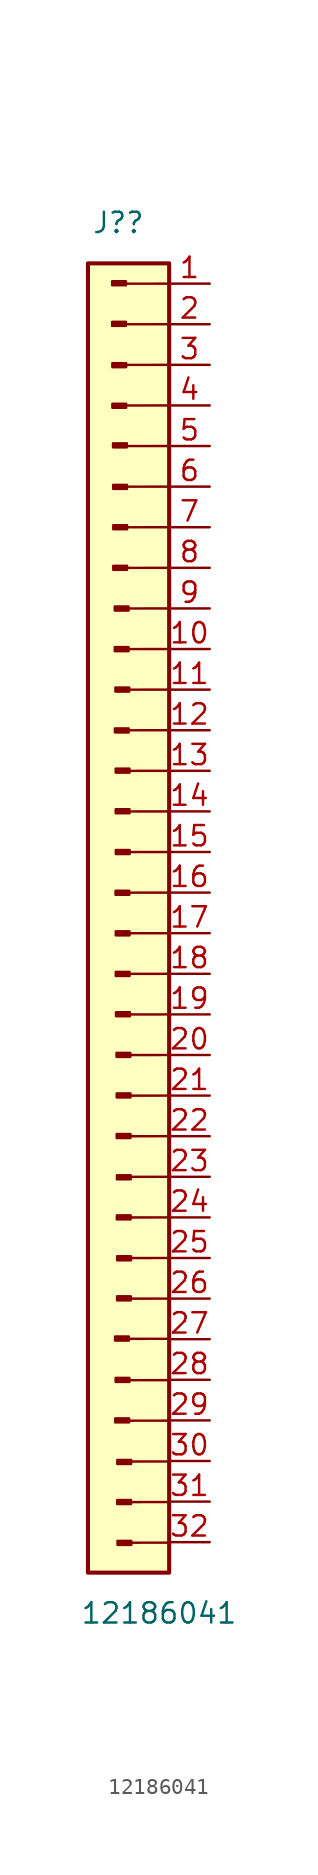
<source format=kicad_sym>
(kicad_symbol_lib
  (version 20220914)
  (generator kicad_symbol_editor)
  (symbol "12186041"
    (property "Reference" "J?"
      (at -3.175 3.81 0)
      (effects (font (size 1.27 1.27))))
    (property "Value" "12186041"
      (at -0.635 -83.185 0)
      (effects (font (size 1.27 1.27))))
    (symbol "12186041_0_1"
      (rectangle (start -5.08 1.27) (end 0 -80.645) (stroke (width 0.254) (type default)) (fill (type background)))
      (polyline (pts (xy -0.124 -66.015) (xy -2.764 -66.018)) (stroke (width 0) (type default)) (fill (type none)))
      (polyline (pts (xy -0.112 -71.136) (xy -2.752 -71.139)) (stroke (width 0) (type default)) (fill (type none)))
      (polyline (pts (xy -0.088 -68.603) (xy -2.728 -68.606)) (stroke (width 0) (type default)) (fill (type none)))
      (polyline (pts (xy 0 -63.5) (xy -2.64 -63.503)) (stroke (width 0) (type default)) (fill (type none)))
      (polyline (pts (xy 0 -60.96) (xy -2.64 -60.963)) (stroke (width 0) (type default)) (fill (type none)))
      (polyline (pts (xy 0 -58.42) (xy -2.64 -58.423)) (stroke (width 0) (type default)) (fill (type none)))
      (polyline (pts (xy 0 -55.88) (xy -2.64 -55.883)) (stroke (width 0) (type default)) (fill (type none)))
      (polyline (pts (xy 0 -53.34) (xy -2.64 -53.343)) (stroke (width 0) (type default)) (fill (type none)))
      (polyline (pts (xy 0 -50.8) (xy -2.64 -50.803)) (stroke (width 0) (type default)) (fill (type none)))
      (polyline (pts (xy 0 -48.26) (xy -2.64 -48.263)) (stroke (width 0) (type default)) (fill (type none)))
      (polyline (pts (xy 0 -45.72) (xy -2.64 -45.723)) (stroke (width 0) (type default)) (fill (type none)))
      (polyline (pts (xy 0 -43.18) (xy -2.64 -43.183)) (stroke (width 0) (type default)) (fill (type none)))
      (polyline (pts (xy 0 -40.64) (xy -2.64 -40.643)) (stroke (width 0) (type default)) (fill (type none)))
      (polyline (pts (xy 0 -38.1) (xy -2.64 -38.103)) (stroke (width 0) (type default)) (fill (type none)))
      (polyline (pts (xy 0 -35.56) (xy -2.64 -35.563)) (stroke (width 0) (type default)) (fill (type none)))
      (polyline (pts (xy 0 -33.02) (xy -2.64 -33.023)) (stroke (width 0) (type default)) (fill (type none)))
      (polyline (pts (xy 0 -30.48) (xy -2.64 -30.483)) (stroke (width 0) (type default)) (fill (type none)))
      (polyline (pts (xy 0 -27.94) (xy -2.64 -27.943)) (stroke (width 0) (type default)) (fill (type none)))
      (polyline (pts (xy 0 -25.4) (xy -2.64 -25.403)) (stroke (width 0) (type default)) (fill (type none)))
      (polyline (pts (xy 0 -22.86) (xy -2.64 -22.863)) (stroke (width 0) (type default)) (fill (type none)))
      (polyline (pts (xy 0 -20.32) (xy -2.64 -20.323)) (stroke (width 0) (type default)) (fill (type none)))
      (polyline (pts (xy 0 -17.78) (xy -2.64 -17.783)) (stroke (width 0) (type default)) (fill (type none)))
      (polyline (pts (xy 0 -15.24) (xy -2.64 -15.243)) (stroke (width 0) (type default)) (fill (type none)))
      (polyline (pts (xy 0 -12.7) (xy -2.64 -12.703)) (stroke (width 0) (type default)) (fill (type none)))
      (polyline (pts (xy 0 -10.16) (xy -2.64 -10.163)) (stroke (width 0) (type default)) (fill (type none)))
      (polyline (pts (xy 0 -7.62) (xy -2.64 -7.623)) (stroke (width 0) (type default)) (fill (type none)))
      (polyline (pts (xy 0 -5.08) (xy -2.64 -5.083)) (stroke (width 0) (type default)) (fill (type none)))
      (polyline (pts (xy 0 -2.54) (xy -2.64 -2.543)) (stroke (width 0) (type default)) (fill (type none)))
      (polyline (pts (xy 0 0) (xy -2.64 -0.003)) (stroke (width 0) (type default)) (fill (type none)))
      (polyline (pts (xy 0.024 -78.769) (xy -2.616 -78.772)) (stroke (width 0) (type default)) (fill (type none)))
      (polyline (pts (xy 0.024 -76.229) (xy -2.616 -76.232)) (stroke (width 0) (type default)) (fill (type none)))
      (polyline (pts (xy 0.024 -73.689) (xy -2.616 -73.692)) (stroke (width 0) (type default)) (fill (type none))))
    (symbol "12186041_1_1"
      (rectangle (start -2.705 -2.389) (end -3.569 -2.643) (stroke (width 0.152) (type default)) (fill (type outline)))
      (rectangle (start -2.705 0.15) (end -3.569 -0.103) (stroke (width 0.152) (type default)) (fill (type outline)))
      (rectangle (start -2.691 -7.513) (end -3.554 -7.766) (stroke (width 0.152) (type default)) (fill (type outline)))
      (rectangle (start -2.691 -4.973) (end -3.554 -5.226) (stroke (width 0.152) (type default)) (fill (type outline)))
      (rectangle (start -2.648 -9.991) (end -3.511 -10.245) (stroke (width 0.152) (type default)) (fill (type outline)))
      (rectangle (start -2.638 -12.591) (end -3.501 -12.845) (stroke (width 0.152) (type default)) (fill (type outline)))
      (rectangle (start -2.633 -17.654) (end -3.496 -17.908) (stroke (width 0.152) (type default)) (fill (type outline)))
      (rectangle (start -2.633 -15.114) (end -3.496 -15.368) (stroke (width 0.152) (type default)) (fill (type outline)))
      (rectangle (start -2.539 -22.74) (end -3.403 -22.994) (stroke (width 0.152) (type default)) (fill (type outline)))
      (rectangle (start -2.539 -20.2) (end -3.403 -20.454) (stroke (width 0.152) (type default)) (fill (type outline)))
      (rectangle (start -2.53 -27.826) (end -3.394 -28.079) (stroke (width 0.152) (type default)) (fill (type outline)))
      (rectangle (start -2.521 -65.872) (end -3.384 -66.126) (stroke (width 0.152) (type default)) (fill (type outline)))
      (rectangle (start -2.509 -70.993) (end -3.372 -71.247) (stroke (width 0.152) (type default)) (fill (type outline)))
      (rectangle (start -2.498 -25.27) (end -3.362 -25.524) (stroke (width 0.152) (type default)) (fill (type outline)))
      (rectangle (start -2.491 -37.983) (end -3.355 -38.237) (stroke (width 0.152) (type default)) (fill (type outline)))
      (rectangle (start -2.485 -68.46) (end -3.348 -68.714) (stroke (width 0.152) (type default)) (fill (type outline)))
      (rectangle (start -2.481 -32.882) (end -3.345 -33.136) (stroke (width 0.152) (type default)) (fill (type outline)))
      (rectangle (start -2.481 -30.342) (end -3.345 -30.596) (stroke (width 0.152) (type default)) (fill (type outline)))
      (rectangle (start -2.476 -43.061) (end -3.34 -43.315) (stroke (width 0.152) (type default)) (fill (type outline)))
      (rectangle (start -2.476 -40.521) (end -3.34 -40.775) (stroke (width 0.152) (type default)) (fill (type outline)))
      (rectangle (start -2.473 -35.434) (end -3.337 -35.688) (stroke (width 0.152) (type default)) (fill (type outline)))
      (rectangle (start -2.46 -45.582) (end -3.324 -45.836) (stroke (width 0.152) (type default)) (fill (type outline)))
      (rectangle (start -2.43 -48.127) (end -3.293 -48.381) (stroke (width 0.152) (type default)) (fill (type outline)))
      (rectangle (start -2.419 -53.202) (end -3.282 -53.456) (stroke (width 0.152) (type default)) (fill (type outline)))
      (rectangle (start -2.419 -50.662) (end -3.282 -50.916) (stroke (width 0.152) (type default)) (fill (type outline)))
      (rectangle (start -2.41 -58.292) (end -3.274 -58.546) (stroke (width 0.152) (type default)) (fill (type outline)))
      (rectangle (start -2.404 -55.785) (end -3.267 -56.039) (stroke (width 0.152) (type default)) (fill (type outline)))
      (rectangle (start -2.397 -63.357) (end -3.26 -63.611) (stroke (width 0.152) (type default)) (fill (type outline)))
      (rectangle (start -2.39 -60.85) (end -3.254 -61.104) (stroke (width 0.152) (type default)) (fill (type outline)))
      (rectangle (start -2.386 -76.1) (end -3.25 -76.355) (stroke (width 0.152) (type default)) (fill (type outline)))
      (rectangle (start -2.38 -73.594) (end -3.243 -73.848) (stroke (width 0.152) (type default)) (fill (type outline)))
      (rectangle (start -2.366 -78.659) (end -3.23 -78.913) (stroke (width 0.152) (type default)) (fill (type outline)))
      (pin bidirectional line (at 2.54 0 180) (length 2.54) (name "" (effects (font (size 1.27 1.27)))) (number "1" (effects (font (size 1.27 1.27)))))
      (pin bidirectional line (at 2.54 -22.86 180) (length 2.54) (name "" (effects (font (size 1.27 1.27)))) (number "10" (effects (font (size 1.27 1.27)))))
      (pin bidirectional line (at 2.54 -25.4 180) (length 2.54) (name "" (effects (font (size 1.27 1.27)))) (number "11" (effects (font (size 1.27 1.27)))))
      (pin bidirectional line (at 2.54 -27.94 180) (length 2.54) (name "" (effects (font (size 1.27 1.27)))) (number "12" (effects (font (size 1.27 1.27)))))
      (pin bidirectional line (at 2.54 -30.48 180) (length 2.54) (name "" (effects (font (size 1.27 1.27)))) (number "13" (effects (font (size 1.27 1.27)))))
      (pin bidirectional line (at 2.54 -33.02 180) (length 2.54) (name "" (effects (font (size 1.27 1.27)))) (number "14" (effects (font (size 1.27 1.27)))))
      (pin bidirectional line (at 2.54 -35.56 180) (length 2.54) (name "" (effects (font (size 1.27 1.27)))) (number "15" (effects (font (size 1.27 1.27)))))
      (pin bidirectional line (at 2.54 -38.1 180) (length 2.54) (name "" (effects (font (size 1.27 1.27)))) (number "16" (effects (font (size 1.27 1.27)))))
      (pin bidirectional line (at 2.54 -40.64 180) (length 2.54) (name "" (effects (font (size 1.27 1.27)))) (number "17" (effects (font (size 1.27 1.27)))))
      (pin bidirectional line (at 2.54 -43.18 180) (length 2.54) (name "" (effects (font (size 1.27 1.27)))) (number "18" (effects (font (size 1.27 1.27)))))
      (pin bidirectional line (at 2.54 -45.72 180) (length 2.54) (name "" (effects (font (size 1.27 1.27)))) (number "19" (effects (font (size 1.27 1.27)))))
      (pin bidirectional line (at 2.54 -2.54 180) (length 2.54) (name "" (effects (font (size 1.27 1.27)))) (number "2" (effects (font (size 1.27 1.27)))))
      (pin bidirectional line (at 2.54 -48.26 180) (length 2.54) (name "" (effects (font (size 1.27 1.27)))) (number "20" (effects (font (size 1.27 1.27)))))
      (pin bidirectional line (at 2.54 -50.8 180) (length 2.54) (name "" (effects (font (size 1.27 1.27)))) (number "21" (effects (font (size 1.27 1.27)))))
      (pin bidirectional line (at 2.54 -53.34 180) (length 2.54) (name "" (effects (font (size 1.27 1.27)))) (number "22" (effects (font (size 1.27 1.27)))))
      (pin bidirectional line (at 2.54 -55.88 180) (length 2.54) (name "" (effects (font (size 1.27 1.27)))) (number "23" (effects (font (size 1.27 1.27)))))
      (pin bidirectional line (at 2.54 -58.42 180) (length 2.54) (name "" (effects (font (size 1.27 1.27)))) (number "24" (effects (font (size 1.27 1.27)))))
      (pin bidirectional line (at 2.54 -60.96 180) (length 2.54) (name "" (effects (font (size 1.27 1.27)))) (number "25" (effects (font (size 1.27 1.27)))))
      (pin bidirectional line (at 2.54 -63.5 180) (length 2.54) (name "" (effects (font (size 1.27 1.27)))) (number "26" (effects (font (size 1.27 1.27)))))
      (pin bidirectional line (at 2.54 -66.04 180) (length 2.54) (name "" (effects (font (size 1.27 1.27)))) (number "27" (effects (font (size 1.27 1.27)))))
      (pin bidirectional line (at 2.54 -68.58 180) (length 2.54) (name "" (effects (font (size 1.27 1.27)))) (number "28" (effects (font (size 1.27 1.27)))))
      (pin bidirectional line (at 2.54 -71.12 180) (length 2.54) (name "" (effects (font (size 1.27 1.27)))) (number "29" (effects (font (size 1.27 1.27)))))
      (pin bidirectional line (at 2.54 -5.08 180) (length 2.54) (name "" (effects (font (size 1.27 1.27)))) (number "3" (effects (font (size 1.27 1.27)))))
      (pin bidirectional line (at 2.54 -73.66 180) (length 2.54) (name "" (effects (font (size 1.27 1.27)))) (number "30" (effects (font (size 1.27 1.27)))))
      (pin bidirectional line (at 2.54 -76.2 180) (length 2.54) (name "" (effects (font (size 1.27 1.27)))) (number "31" (effects (font (size 1.27 1.27)))))
      (pin bidirectional line (at 2.54 -78.74 180) (length 2.54) (name "" (effects (font (size 1.27 1.27)))) (number "32" (effects (font (size 1.27 1.27)))))
      (pin bidirectional line (at 2.54 -7.62 180) (length 2.54) (name "" (effects (font (size 1.27 1.27)))) (number "4" (effects (font (size 1.27 1.27)))))
      (pin bidirectional line (at 2.54 -10.16 180) (length 2.54) (name "" (effects (font (size 1.27 1.27)))) (number "5" (effects (font (size 1.27 1.27)))))
      (pin bidirectional line (at 2.54 -12.7 180) (length 2.54) (name "" (effects (font (size 1.27 1.27)))) (number "6" (effects (font (size 1.27 1.27)))))
      (pin bidirectional line (at 2.54 -15.24 180) (length 2.54) (name "" (effects (font (size 1.27 1.27)))) (number "7" (effects (font (size 1.27 1.27)))))
      (pin bidirectional line (at 2.54 -17.78 180) (length 2.54) (name "" (effects (font (size 1.27 1.27)))) (number "8" (effects (font (size 1.27 1.27)))))
      (pin bidirectional line (at 2.54 -20.32 180) (length 2.54) (name "" (effects (font (size 1.27 1.27)))) (number "9" (effects (font (size 1.27 1.27))))))))
</source>
